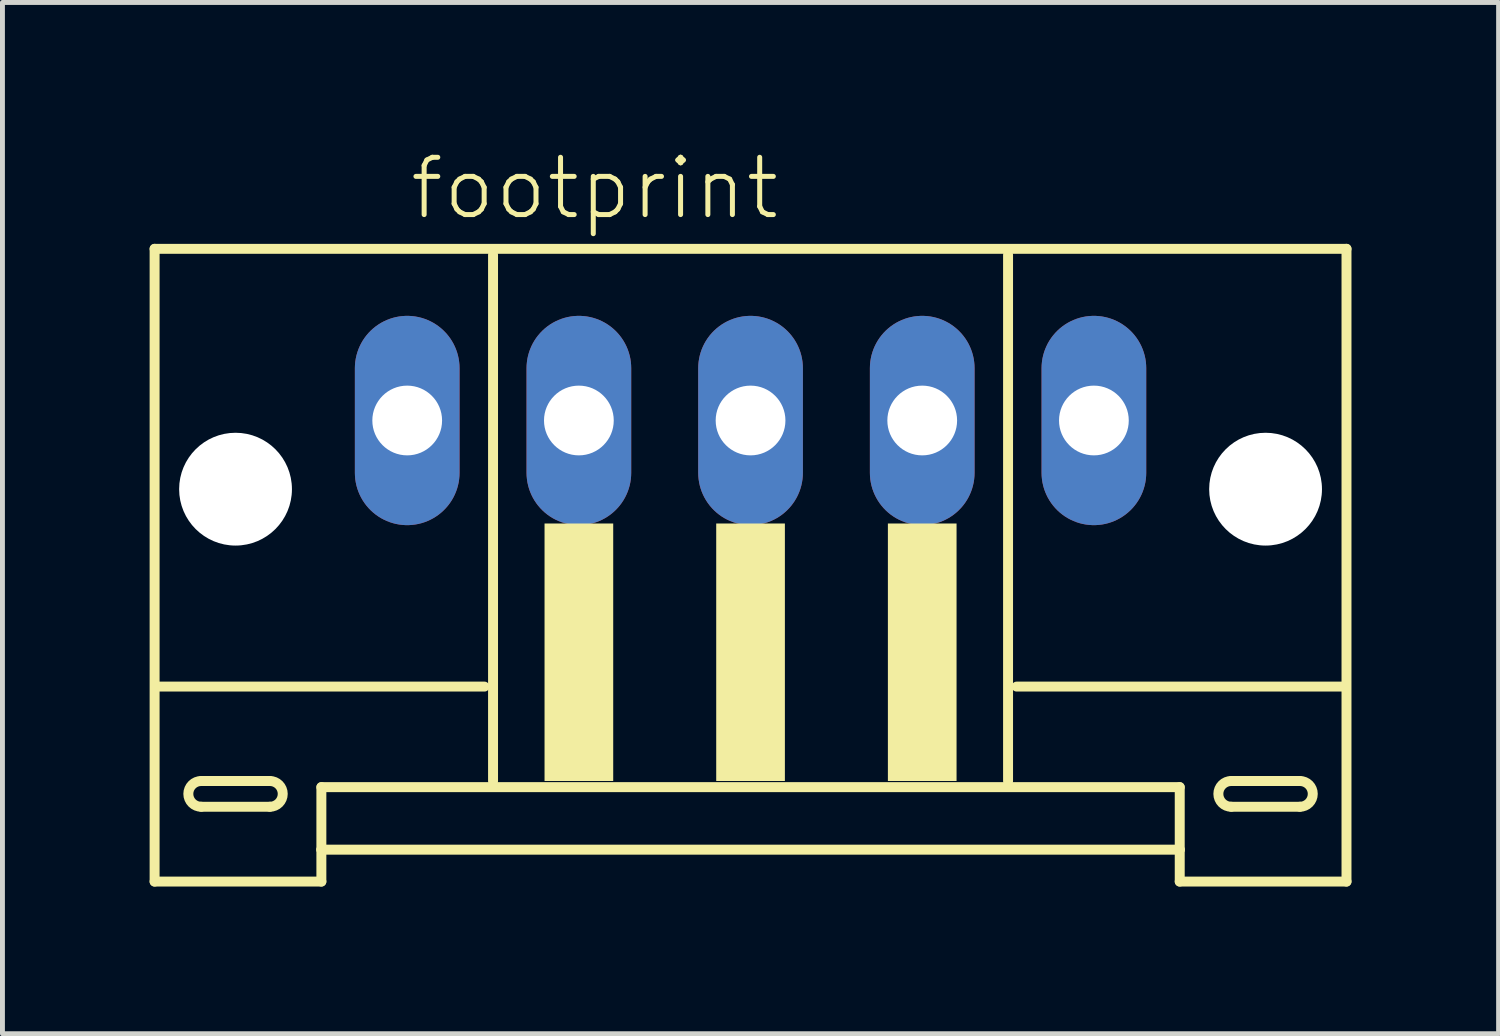
<source format=kicad_pcb>
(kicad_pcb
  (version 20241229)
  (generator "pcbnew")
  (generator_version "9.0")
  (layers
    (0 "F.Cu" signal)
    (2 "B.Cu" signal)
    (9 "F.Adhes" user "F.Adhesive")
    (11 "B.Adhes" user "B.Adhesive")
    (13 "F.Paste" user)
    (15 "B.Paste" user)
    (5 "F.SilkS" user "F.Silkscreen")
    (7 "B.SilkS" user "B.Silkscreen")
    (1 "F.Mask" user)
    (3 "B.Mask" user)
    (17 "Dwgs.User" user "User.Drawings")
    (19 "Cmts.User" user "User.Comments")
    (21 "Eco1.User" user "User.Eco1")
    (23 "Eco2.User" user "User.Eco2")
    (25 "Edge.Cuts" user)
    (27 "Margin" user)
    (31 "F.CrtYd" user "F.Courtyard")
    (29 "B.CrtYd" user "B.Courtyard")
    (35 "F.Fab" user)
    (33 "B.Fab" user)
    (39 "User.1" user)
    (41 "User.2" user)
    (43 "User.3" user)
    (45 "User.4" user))
  (footprint "footprint"
    (layer "F.Cu")
    (at 12.252 7.273)
    (property "Reference" "footprint" (at -7 -5.8 0) (layer "F.SilkS") (effects (font (size 1.168 1.168) (thickness 0.102)) (justify left bottom)))
    (fp_line (start -12.15 -5.25) (end -12.15 7.65) (stroke (width 0.203) (type solid)) (layer "F.SilkS"))
    (fp_line (start -12.15 7.65) (end -8.75 7.65) (stroke (width 0.203) (type solid)) (layer "F.SilkS"))
    (fp_line (start -11.2 5.6) (end -9.8 5.6) (stroke (width 0.203) (type solid)) (layer "F.SilkS"))
    (fp_line (start -9.8 6.125) (end -11.2 6.125) (stroke (width 0.203) (type solid)) (layer "F.SilkS"))
    (fp_line (start -8.75 5.725) (end 8.75 5.725) (stroke (width 0.203) (type solid)) (layer "F.SilkS"))
    (fp_line (start -8.75 7) (end -8.75 5.725) (stroke (width 0.203) (type solid)) (layer "F.SilkS"))
    (fp_line (start -8.75 7) (end 8.75 7) (stroke (width 0.203) (type solid)) (layer "F.SilkS"))
    (fp_line (start -8.75 7.65) (end -8.75 7) (stroke (width 0.203) (type solid)) (layer "F.SilkS"))
    (fp_line (start -5.425 3.675) (end -12.075 3.675) (stroke (width 0.203) (type solid)) (layer "F.SilkS"))
    (fp_line (start -5.25 -5.125) (end -5.25 5.6) (stroke (width 0.203) (type solid)) (layer "F.SilkS"))
    (fp_line (start 5.25 5.6) (end 5.25 -5.125) (stroke (width 0.203) (type solid)) (layer "F.SilkS"))
    (fp_line (start 8.75 5.725) (end 8.75 7) (stroke (width 0.203) (type solid)) (layer "F.SilkS"))
    (fp_line (start 8.75 7) (end 8.75 7.65) (stroke (width 0.203) (type solid)) (layer "F.SilkS"))
    (fp_line (start 8.75 7.65) (end 12.15 7.65) (stroke (width 0.203) (type solid)) (layer "F.SilkS"))
    (fp_line (start 9.8 5.6) (end 11.2 5.6) (stroke (width 0.203) (type solid)) (layer "F.SilkS"))
    (fp_line (start 11.2 6.125) (end 9.8 6.125) (stroke (width 0.203) (type solid)) (layer "F.SilkS"))
    (fp_line (start 12.075 3.675) (end 5.425 3.675) (stroke (width 0.203) (type solid)) (layer "F.SilkS"))
    (fp_line (start 12.15 -5.25) (end -12.15 -5.25) (stroke (width 0.203) (type solid)) (layer "F.SilkS"))
    (fp_line (start 12.15 7.65) (end 12.15 -5.25) (stroke (width 0.203) (type solid)) (layer "F.SilkS"))
    (fp_arc (start -11.2 6.125) (mid -11.4625 5.8625) (end -11.2 5.6) (stroke (width 0.2032) (type solid)) (layer "F.SilkS"))
    (fp_arc (start -9.8 5.6) (mid -9.5375 5.8625) (end -9.8 6.125) (stroke (width 0.2032) (type solid)) (layer "F.SilkS"))
    (fp_arc (start 9.8 6.125) (mid 9.5375 5.8625) (end 9.8 5.6) (stroke (width 0.2032) (type solid)) (layer "F.SilkS"))
    (fp_arc (start 11.2 5.6) (mid 11.4625 5.8625) (end 11.2 6.125) (stroke (width 0.2032) (type solid)) (layer "F.SilkS"))
    (fp_poly (pts (xy -4.2 5.6) (xy -2.8 5.6) (xy -2.8 0.35) (xy -4.2 0.35)) (stroke (width 0) (type solid)) (fill yes) (layer "F.SilkS"))
    (fp_poly (pts (xy -0.7 5.6) (xy 0.7 5.6) (xy 0.7 0.35) (xy -0.7 0.35)) (stroke (width 0) (type solid)) (fill yes) (layer "F.SilkS"))
    (fp_poly (pts (xy 2.8 5.6) (xy 4.2 5.6) (xy 4.2 0.35) (xy 2.8 0.35)) (stroke (width 0) (type solid)) (fill yes) (layer "F.SilkS"))
    (pad "" np_thru_hole circle (at -10.5 -0.35) (size 2.3 2.3) (drill 2.3) (layers "*.Cu" "*.Mask"))
    (pad "" np_thru_hole circle (at 10.5 -0.35) (size 2.3 2.3) (drill 2.3) (layers "*.Cu" "*.Mask"))
    (pad "1" thru_hole oval (at -7 -1.75 90) (size 4.267 2.134) (drill 1.422) (layers "*.Cu" "*.Mask"))
    (pad "2" thru_hole oval (at -3.5 -1.75 90) (size 4.267 2.134) (drill 1.422) (layers "*.Cu" "*.Mask"))
    (pad "3" thru_hole oval (at 0 -1.75 90) (size 4.267 2.134) (drill 1.422) (layers "*.Cu" "*.Mask"))
    (pad "4" thru_hole oval (at 3.5 -1.75 90) (size 4.267 2.134) (drill 1.422) (layers "*.Cu" "*.Mask"))
    (pad "5" thru_hole oval (at 7 -1.75 90) (size 4.267 2.134) (drill 1.422) (layers "*.Cu" "*.Mask")))
  (gr_rect
    (start -3 -3)
    (end 27.503 18.025)
    (stroke (width 0.1) (type default))
    (fill no)
    (layer "Edge.Cuts")))
</source>
